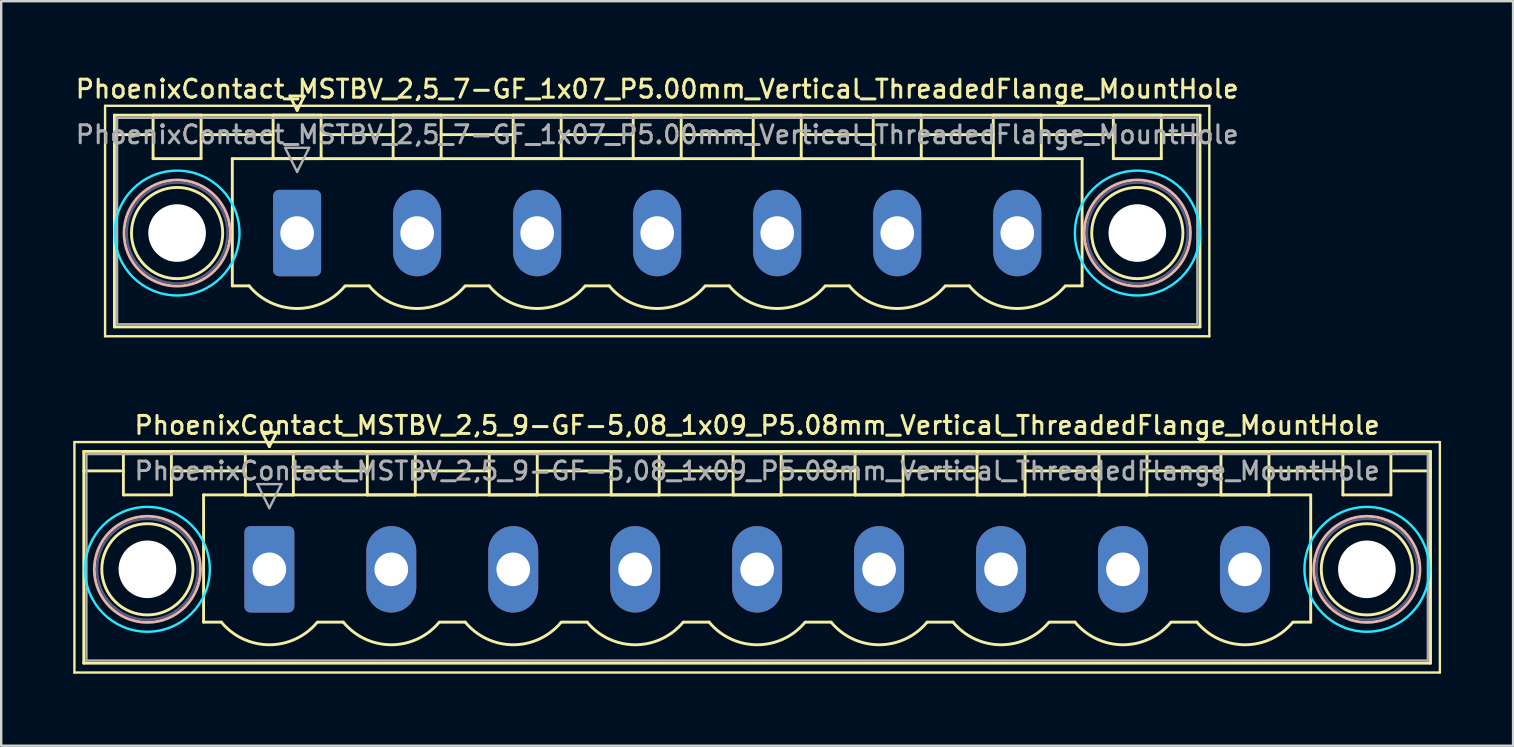
<source format=kicad_pcb>
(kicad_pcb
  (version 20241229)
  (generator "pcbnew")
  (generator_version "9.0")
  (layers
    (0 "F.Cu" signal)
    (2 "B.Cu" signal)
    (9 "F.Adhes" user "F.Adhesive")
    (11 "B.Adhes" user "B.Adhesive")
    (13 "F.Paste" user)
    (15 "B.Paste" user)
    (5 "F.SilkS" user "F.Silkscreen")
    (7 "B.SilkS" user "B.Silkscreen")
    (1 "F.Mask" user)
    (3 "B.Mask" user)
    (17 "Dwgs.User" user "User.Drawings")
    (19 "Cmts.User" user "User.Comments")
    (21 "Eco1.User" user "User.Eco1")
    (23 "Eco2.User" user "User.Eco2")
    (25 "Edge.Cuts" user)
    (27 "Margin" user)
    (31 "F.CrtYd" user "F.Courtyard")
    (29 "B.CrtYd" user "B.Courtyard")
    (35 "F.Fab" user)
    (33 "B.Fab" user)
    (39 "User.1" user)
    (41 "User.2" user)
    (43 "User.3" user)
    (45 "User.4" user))
  (footprint "PhoenixContact_MSTBV_2,5_7-GF_1x07_P5.00mm_Vertical_ThreadedFlange_MountHole"
    (layer "F.Cu")
    (at 9.327 6.658)
    (property "Reference" "PhoenixContact_MSTBV_2,5_7-GF_1x07_P5.00mm_Vertical_ThreadedFlange_MountHole" (at 15 -6 0) (layer "F.SilkS") (effects (font (size 0.75 0.75) (thickness 0.125))))
    (attr through_hole)
    (fp_line (start -8 -5.3) (end -8 4.3) (stroke (width 0.1) (type solid)) (layer "F.SilkS"))
    (fp_line (start -8 4.3) (end 38 4.3) (stroke (width 0.1) (type solid)) (layer "F.SilkS"))
    (fp_line (start -7.61 -4.91) (end -7.61 3.91) (stroke (width 0.12) (type solid)) (layer "F.SilkS"))
    (fp_line (start -7.61 -4.1) (end -6.11 -4.1) (stroke (width 0.12) (type solid)) (layer "F.SilkS"))
    (fp_line (start -7.61 3.91) (end 37.61 3.91) (stroke (width 0.12) (type solid)) (layer "F.SilkS"))
    (fp_line (start -6 -4.91) (end -4 -4.91) (stroke (width 0.12) (type solid)) (layer "F.SilkS"))
    (fp_line (start -6 -3.1) (end -6 -4.91) (stroke (width 0.12) (type solid)) (layer "F.SilkS"))
    (fp_line (start -4 -4.91) (end -4 -3.1) (stroke (width 0.12) (type solid)) (layer "F.SilkS"))
    (fp_line (start -4 -4.1) (end -1 -4.1) (stroke (width 0.12) (type solid)) (layer "F.SilkS"))
    (fp_line (start -4 -3.1) (end -6 -3.1) (stroke (width 0.12) (type solid)) (layer "F.SilkS"))
    (fp_line (start -2.7 -3.1) (end 32.7 -3.1) (stroke (width 0.12) (type solid)) (layer "F.SilkS"))
    (fp_line (start -2.7 2.2) (end -2.7 -3.1) (stroke (width 0.12) (type solid)) (layer "F.SilkS"))
    (fp_line (start -2 2.2) (end -2.7 2.2) (stroke (width 0.12) (type solid)) (layer "F.SilkS"))
    (fp_line (start -1 -4.91) (end 1 -4.91) (stroke (width 0.12) (type solid)) (layer "F.SilkS"))
    (fp_line (start -1 -3.1) (end -1 -4.91) (stroke (width 0.12) (type solid)) (layer "F.SilkS"))
    (fp_line (start -0.3 -5.71) (end 0.3 -5.71) (stroke (width 0.12) (type solid)) (layer "F.SilkS"))
    (fp_line (start 0 -5.11) (end -0.3 -5.71) (stroke (width 0.12) (type solid)) (layer "F.SilkS"))
    (fp_line (start 0.3 -5.71) (end 0 -5.11) (stroke (width 0.12) (type solid)) (layer "F.SilkS"))
    (fp_line (start 1 -4.91) (end 1 -3.1) (stroke (width 0.12) (type solid)) (layer "F.SilkS"))
    (fp_line (start 1 -4.1) (end 4 -4.1) (stroke (width 0.12) (type solid)) (layer "F.SilkS"))
    (fp_line (start 1 -3.1) (end -1 -3.1) (stroke (width 0.12) (type solid)) (layer "F.SilkS"))
    (fp_line (start 2 2.2) (end 3 2.2) (stroke (width 0.12) (type solid)) (layer "F.SilkS"))
    (fp_line (start 4 -4.91) (end 6 -4.91) (stroke (width 0.12) (type solid)) (layer "F.SilkS"))
    (fp_line (start 4 -3.1) (end 4 -4.91) (stroke (width 0.12) (type solid)) (layer "F.SilkS"))
    (fp_line (start 6 -4.91) (end 6 -3.1) (stroke (width 0.12) (type solid)) (layer "F.SilkS"))
    (fp_line (start 6 -4.1) (end 9 -4.1) (stroke (width 0.12) (type solid)) (layer "F.SilkS"))
    (fp_line (start 6 -3.1) (end 4 -3.1) (stroke (width 0.12) (type solid)) (layer "F.SilkS"))
    (fp_line (start 7 2.2) (end 8 2.2) (stroke (width 0.12) (type solid)) (layer "F.SilkS"))
    (fp_line (start 9 -4.91) (end 11 -4.91) (stroke (width 0.12) (type solid)) (layer "F.SilkS"))
    (fp_line (start 9 -3.1) (end 9 -4.91) (stroke (width 0.12) (type solid)) (layer "F.SilkS"))
    (fp_line (start 11 -4.91) (end 11 -3.1) (stroke (width 0.12) (type solid)) (layer "F.SilkS"))
    (fp_line (start 11 -4.1) (end 14 -4.1) (stroke (width 0.12) (type solid)) (layer "F.SilkS"))
    (fp_line (start 11 -3.1) (end 9 -3.1) (stroke (width 0.12) (type solid)) (layer "F.SilkS"))
    (fp_line (start 12 2.2) (end 13 2.2) (stroke (width 0.12) (type solid)) (layer "F.SilkS"))
    (fp_line (start 14 -4.91) (end 16 -4.91) (stroke (width 0.12) (type solid)) (layer "F.SilkS"))
    (fp_line (start 14 -3.1) (end 14 -4.91) (stroke (width 0.12) (type solid)) (layer "F.SilkS"))
    (fp_line (start 16 -4.91) (end 16 -3.1) (stroke (width 0.12) (type solid)) (layer "F.SilkS"))
    (fp_line (start 16 -4.1) (end 19 -4.1) (stroke (width 0.12) (type solid)) (layer "F.SilkS"))
    (fp_line (start 16 -3.1) (end 14 -3.1) (stroke (width 0.12) (type solid)) (layer "F.SilkS"))
    (fp_line (start 17 2.2) (end 18 2.2) (stroke (width 0.12) (type solid)) (layer "F.SilkS"))
    (fp_line (start 19 -4.91) (end 21 -4.91) (stroke (width 0.12) (type solid)) (layer "F.SilkS"))
    (fp_line (start 19 -3.1) (end 19 -4.91) (stroke (width 0.12) (type solid)) (layer "F.SilkS"))
    (fp_line (start 21 -4.91) (end 21 -3.1) (stroke (width 0.12) (type solid)) (layer "F.SilkS"))
    (fp_line (start 21 -4.1) (end 24 -4.1) (stroke (width 0.12) (type solid)) (layer "F.SilkS"))
    (fp_line (start 21 -3.1) (end 19 -3.1) (stroke (width 0.12) (type solid)) (layer "F.SilkS"))
    (fp_line (start 22 2.2) (end 23 2.2) (stroke (width 0.12) (type solid)) (layer "F.SilkS"))
    (fp_line (start 24 -4.91) (end 26 -4.91) (stroke (width 0.12) (type solid)) (layer "F.SilkS"))
    (fp_line (start 24 -3.1) (end 24 -4.91) (stroke (width 0.12) (type solid)) (layer "F.SilkS"))
    (fp_line (start 26 -4.91) (end 26 -3.1) (stroke (width 0.12) (type solid)) (layer "F.SilkS"))
    (fp_line (start 26 -4.1) (end 29 -4.1) (stroke (width 0.12) (type solid)) (layer "F.SilkS"))
    (fp_line (start 26 -3.1) (end 24 -3.1) (stroke (width 0.12) (type solid)) (layer "F.SilkS"))
    (fp_line (start 27 2.2) (end 28 2.2) (stroke (width 0.12) (type solid)) (layer "F.SilkS"))
    (fp_line (start 29 -4.91) (end 31 -4.91) (stroke (width 0.12) (type solid)) (layer "F.SilkS"))
    (fp_line (start 29 -3.1) (end 29 -4.91) (stroke (width 0.12) (type solid)) (layer "F.SilkS"))
    (fp_line (start 31 -4.91) (end 31 -3.1) (stroke (width 0.12) (type solid)) (layer "F.SilkS"))
    (fp_line (start 31 -4.1) (end 34 -4.1) (stroke (width 0.12) (type solid)) (layer "F.SilkS"))
    (fp_line (start 31 -3.1) (end 29 -3.1) (stroke (width 0.12) (type solid)) (layer "F.SilkS"))
    (fp_line (start 32.7 -3.1) (end 32.7 2.2) (stroke (width 0.12) (type solid)) (layer "F.SilkS"))
    (fp_line (start 32.7 2.2) (end 32 2.2) (stroke (width 0.12) (type solid)) (layer "F.SilkS"))
    (fp_line (start 34 -4.91) (end 36 -4.91) (stroke (width 0.12) (type solid)) (layer "F.SilkS"))
    (fp_line (start 34 -3.1) (end 34 -4.91) (stroke (width 0.12) (type solid)) (layer "F.SilkS"))
    (fp_line (start 36 -4.91) (end 36 -3.1) (stroke (width 0.12) (type solid)) (layer "F.SilkS"))
    (fp_line (start 36 -3.1) (end 34 -3.1) (stroke (width 0.12) (type solid)) (layer "F.SilkS"))
    (fp_line (start 37.61 -4.91) (end -7.61 -4.91) (stroke (width 0.12) (type solid)) (layer "F.SilkS"))
    (fp_line (start 37.61 -4.1) (end 36.11 -4.1) (stroke (width 0.12) (type solid)) (layer "F.SilkS"))
    (fp_line (start 37.61 3.91) (end 37.61 -4.91) (stroke (width 0.12) (type solid)) (layer "F.SilkS"))
    (fp_line (start 38 -5.3) (end -8 -5.3) (stroke (width 0.1) (type solid)) (layer "F.SilkS"))
    (fp_line (start 38 4.3) (end 38 -5.3) (stroke (width 0.1) (type solid)) (layer "F.SilkS"))
    (fp_arc (start 1.986842 2.215821) (mid -0.010289 3.142758) (end -2 2.2) (stroke (width 0.12) (type solid)) (layer "F.SilkS"))
    (fp_arc (start 6.986842 2.215821) (mid 4.989711 3.142758) (end 3 2.2) (stroke (width 0.12) (type solid)) (layer "F.SilkS"))
    (fp_arc (start 11.986842 2.215821) (mid 9.989711 3.142758) (end 8 2.2) (stroke (width 0.12) (type solid)) (layer "F.SilkS"))
    (fp_arc (start 16.986842 2.215821) (mid 14.989711 3.142758) (end 13 2.2) (stroke (width 0.12) (type solid)) (layer "F.SilkS"))
    (fp_arc (start 21.986842 2.215821) (mid 19.989711 3.142758) (end 18 2.2) (stroke (width 0.12) (type solid)) (layer "F.SilkS"))
    (fp_arc (start 26.986842 2.215821) (mid 24.989711 3.142758) (end 23 2.2) (stroke (width 0.12) (type solid)) (layer "F.SilkS"))
    (fp_arc (start 31.986842 2.215821) (mid 29.989711 3.142758) (end 28 2.2) (stroke (width 0.12) (type solid)) (layer "F.SilkS"))
    (fp_circle (center -5 0) (end -3.1 0) (stroke (width 0.12) (type solid)) (fill no) (layer "F.SilkS"))
    (fp_circle (center 35 0) (end 36.9 0) (stroke (width 0.12) (type solid)) (fill no) (layer "F.SilkS"))
    (fp_circle (center -5 0) (end -2.79 0) (stroke (width 0.12) (type solid)) (fill no) (layer "B.SilkS"))
    (fp_circle (center 35 0) (end 37.21 0) (stroke (width 0.12) (type solid)) (fill no) (layer "B.SilkS"))
    (fp_circle (center -5 0) (end -2.4 0) (stroke (width 0.1) (type solid)) (fill no) (layer "B.CrtYd"))
    (fp_circle (center 35 0) (end 37.6 0) (stroke (width 0.1) (type solid)) (fill no) (layer "B.CrtYd"))
    (fp_circle (center -5 0) (end -2.9 0) (stroke (width 0.1) (type solid)) (fill no) (layer "B.Fab"))
    (fp_circle (center 35 0) (end 37.1 0) (stroke (width 0.1) (type solid)) (fill no) (layer "B.Fab"))
    (fp_line (start -7.5 -4.8) (end -7.5 3.8) (stroke (width 0.1) (type solid)) (layer "F.Fab"))
    (fp_line (start -7.5 3.8) (end 37.5 3.8) (stroke (width 0.1) (type solid)) (layer "F.Fab"))
    (fp_line (start -0.5 -3.55) (end 0.5 -3.55) (stroke (width 0.1) (type solid)) (layer "F.Fab"))
    (fp_line (start 0 -2.55) (end -0.5 -3.55) (stroke (width 0.1) (type solid)) (layer "F.Fab"))
    (fp_line (start 0.5 -3.55) (end 0 -2.55) (stroke (width 0.1) (type solid)) (layer "F.Fab"))
    (fp_line (start 37.5 -4.8) (end -7.5 -4.8) (stroke (width 0.1) (type solid)) (layer "F.Fab"))
    (fp_line (start 37.5 3.8) (end 37.5 -4.8) (stroke (width 0.1) (type solid)) (layer "F.Fab"))
    (fp_text user "${REFERENCE}" (at 15 -4.1 0) (layer "F.Fab") (effects (font (size 0.75 0.75) (thickness 0.125))))
    (pad "" np_thru_hole circle (at -5 0) (size 2.4 2.4) (drill 2.4) (layers "*.Cu" "*.Mask"))
    (pad "" np_thru_hole circle (at 35 0) (size 2.4 2.4) (drill 2.4) (layers "*.Cu" "*.Mask"))
    (pad "1" thru_hole roundrect (at 0 0) (size 2 3.6) (drill 1.4) (layers "*.Cu" "*.Mask") (roundrect_rratio 0.125))
    (pad "2" thru_hole oval (at 5 0) (size 2 3.6) (drill 1.4) (layers "*.Cu" "*.Mask"))
    (pad "3" thru_hole oval (at 10 0) (size 2 3.6) (drill 1.4) (layers "*.Cu" "*.Mask"))
    (pad "4" thru_hole oval (at 15 0) (size 2 3.6) (drill 1.4) (layers "*.Cu" "*.Mask"))
    (pad "5" thru_hole oval (at 20 0) (size 2 3.6) (drill 1.4) (layers "*.Cu" "*.Mask"))
    (pad "6" thru_hole oval (at 25 0) (size 2 3.6) (drill 1.4) (layers "*.Cu" "*.Mask"))
    (pad "7" thru_hole oval (at 30 0) (size 2 3.6) (drill 1.4) (layers "*.Cu" "*.Mask")))
  (footprint "PhoenixContact_MSTBV_2,5_9-GF-5,08_1x09_P5.08mm_Vertical_ThreadedFlange_MountHole"
    (layer "F.Cu")
    (at 8.17 20.666)
    (property "Reference" "PhoenixContact_MSTBV_2,5_9-GF-5,08_1x09_P5.08mm_Vertical_ThreadedFlange_MountHole" (at 20.32 -6 0) (layer "F.SilkS") (effects (font (size 0.75 0.75) (thickness 0.125))))
    (attr through_hole)
    (fp_line (start -8.12 -5.3) (end -8.12 4.3) (stroke (width 0.1) (type solid)) (layer "F.SilkS"))
    (fp_line (start -8.12 4.3) (end 48.76 4.3) (stroke (width 0.1) (type solid)) (layer "F.SilkS"))
    (fp_line (start -7.73 -4.91) (end -7.73 3.91) (stroke (width 0.12) (type solid)) (layer "F.SilkS"))
    (fp_line (start -7.73 -4.1) (end -6.19 -4.1) (stroke (width 0.12) (type solid)) (layer "F.SilkS"))
    (fp_line (start -7.73 3.91) (end 48.37 3.91) (stroke (width 0.12) (type solid)) (layer "F.SilkS"))
    (fp_line (start -6.08 -4.91) (end -4.08 -4.91) (stroke (width 0.12) (type solid)) (layer "F.SilkS"))
    (fp_line (start -6.08 -3.1) (end -6.08 -4.91) (stroke (width 0.12) (type solid)) (layer "F.SilkS"))
    (fp_line (start -4.08 -4.91) (end -4.08 -3.1) (stroke (width 0.12) (type solid)) (layer "F.SilkS"))
    (fp_line (start -4.08 -4.1) (end -1 -4.1) (stroke (width 0.12) (type solid)) (layer "F.SilkS"))
    (fp_line (start -4.08 -3.1) (end -6.08 -3.1) (stroke (width 0.12) (type solid)) (layer "F.SilkS"))
    (fp_line (start -2.74 -3.1) (end 43.38 -3.1) (stroke (width 0.12) (type solid)) (layer "F.SilkS"))
    (fp_line (start -2.74 2.2) (end -2.74 -3.1) (stroke (width 0.12) (type solid)) (layer "F.SilkS"))
    (fp_line (start -2 2.2) (end -2.74 2.2) (stroke (width 0.12) (type solid)) (layer "F.SilkS"))
    (fp_line (start -1 -4.91) (end 1 -4.91) (stroke (width 0.12) (type solid)) (layer "F.SilkS"))
    (fp_line (start -1 -3.1) (end -1 -4.91) (stroke (width 0.12) (type solid)) (layer "F.SilkS"))
    (fp_line (start -0.3 -5.71) (end 0.3 -5.71) (stroke (width 0.12) (type solid)) (layer "F.SilkS"))
    (fp_line (start 0 -5.11) (end -0.3 -5.71) (stroke (width 0.12) (type solid)) (layer "F.SilkS"))
    (fp_line (start 0.3 -5.71) (end 0 -5.11) (stroke (width 0.12) (type solid)) (layer "F.SilkS"))
    (fp_line (start 1 -4.91) (end 1 -3.1) (stroke (width 0.12) (type solid)) (layer "F.SilkS"))
    (fp_line (start 1 -4.1) (end 4.08 -4.1) (stroke (width 0.12) (type solid)) (layer "F.SilkS"))
    (fp_line (start 1 -3.1) (end -1 -3.1) (stroke (width 0.12) (type solid)) (layer "F.SilkS"))
    (fp_line (start 2 2.2) (end 3.08 2.2) (stroke (width 0.12) (type solid)) (layer "F.SilkS"))
    (fp_line (start 4.08 -4.91) (end 6.08 -4.91) (stroke (width 0.12) (type solid)) (layer "F.SilkS"))
    (fp_line (start 4.08 -3.1) (end 4.08 -4.91) (stroke (width 0.12) (type solid)) (layer "F.SilkS"))
    (fp_line (start 6.08 -4.91) (end 6.08 -3.1) (stroke (width 0.12) (type solid)) (layer "F.SilkS"))
    (fp_line (start 6.08 -4.1) (end 9.16 -4.1) (stroke (width 0.12) (type solid)) (layer "F.SilkS"))
    (fp_line (start 6.08 -3.1) (end 4.08 -3.1) (stroke (width 0.12) (type solid)) (layer "F.SilkS"))
    (fp_line (start 7.08 2.2) (end 8.16 2.2) (stroke (width 0.12) (type solid)) (layer "F.SilkS"))
    (fp_line (start 9.16 -4.91) (end 11.16 -4.91) (stroke (width 0.12) (type solid)) (layer "F.SilkS"))
    (fp_line (start 9.16 -3.1) (end 9.16 -4.91) (stroke (width 0.12) (type solid)) (layer "F.SilkS"))
    (fp_line (start 11.16 -4.91) (end 11.16 -3.1) (stroke (width 0.12) (type solid)) (layer "F.SilkS"))
    (fp_line (start 11.16 -4.1) (end 14.24 -4.1) (stroke (width 0.12) (type solid)) (layer "F.SilkS"))
    (fp_line (start 11.16 -3.1) (end 9.16 -3.1) (stroke (width 0.12) (type solid)) (layer "F.SilkS"))
    (fp_line (start 12.16 2.2) (end 13.24 2.2) (stroke (width 0.12) (type solid)) (layer "F.SilkS"))
    (fp_line (start 14.24 -4.91) (end 16.24 -4.91) (stroke (width 0.12) (type solid)) (layer "F.SilkS"))
    (fp_line (start 14.24 -3.1) (end 14.24 -4.91) (stroke (width 0.12) (type solid)) (layer "F.SilkS"))
    (fp_line (start 16.24 -4.91) (end 16.24 -3.1) (stroke (width 0.12) (type solid)) (layer "F.SilkS"))
    (fp_line (start 16.24 -4.1) (end 19.32 -4.1) (stroke (width 0.12) (type solid)) (layer "F.SilkS"))
    (fp_line (start 16.24 -3.1) (end 14.24 -3.1) (stroke (width 0.12) (type solid)) (layer "F.SilkS"))
    (fp_line (start 17.24 2.2) (end 18.32 2.2) (stroke (width 0.12) (type solid)) (layer "F.SilkS"))
    (fp_line (start 19.32 -4.91) (end 21.32 -4.91) (stroke (width 0.12) (type solid)) (layer "F.SilkS"))
    (fp_line (start 19.32 -3.1) (end 19.32 -4.91) (stroke (width 0.12) (type solid)) (layer "F.SilkS"))
    (fp_line (start 21.32 -4.91) (end 21.32 -3.1) (stroke (width 0.12) (type solid)) (layer "F.SilkS"))
    (fp_line (start 21.32 -4.1) (end 24.4 -4.1) (stroke (width 0.12) (type solid)) (layer "F.SilkS"))
    (fp_line (start 21.32 -3.1) (end 19.32 -3.1) (stroke (width 0.12) (type solid)) (layer "F.SilkS"))
    (fp_line (start 22.32 2.2) (end 23.4 2.2) (stroke (width 0.12) (type solid)) (layer "F.SilkS"))
    (fp_line (start 24.4 -4.91) (end 26.4 -4.91) (stroke (width 0.12) (type solid)) (layer "F.SilkS"))
    (fp_line (start 24.4 -3.1) (end 24.4 -4.91) (stroke (width 0.12) (type solid)) (layer "F.SilkS"))
    (fp_line (start 26.4 -4.91) (end 26.4 -3.1) (stroke (width 0.12) (type solid)) (layer "F.SilkS"))
    (fp_line (start 26.4 -4.1) (end 29.48 -4.1) (stroke (width 0.12) (type solid)) (layer "F.SilkS"))
    (fp_line (start 26.4 -3.1) (end 24.4 -3.1) (stroke (width 0.12) (type solid)) (layer "F.SilkS"))
    (fp_line (start 27.4 2.2) (end 28.48 2.2) (stroke (width 0.12) (type solid)) (layer "F.SilkS"))
    (fp_line (start 29.48 -4.91) (end 31.48 -4.91) (stroke (width 0.12) (type solid)) (layer "F.SilkS"))
    (fp_line (start 29.48 -3.1) (end 29.48 -4.91) (stroke (width 0.12) (type solid)) (layer "F.SilkS"))
    (fp_line (start 31.48 -4.91) (end 31.48 -3.1) (stroke (width 0.12) (type solid)) (layer "F.SilkS"))
    (fp_line (start 31.48 -4.1) (end 34.56 -4.1) (stroke (width 0.12) (type solid)) (layer "F.SilkS"))
    (fp_line (start 31.48 -3.1) (end 29.48 -3.1) (stroke (width 0.12) (type solid)) (layer "F.SilkS"))
    (fp_line (start 32.48 2.2) (end 33.56 2.2) (stroke (width 0.12) (type solid)) (layer "F.SilkS"))
    (fp_line (start 34.56 -4.91) (end 36.56 -4.91) (stroke (width 0.12) (type solid)) (layer "F.SilkS"))
    (fp_line (start 34.56 -3.1) (end 34.56 -4.91) (stroke (width 0.12) (type solid)) (layer "F.SilkS"))
    (fp_line (start 36.56 -4.91) (end 36.56 -3.1) (stroke (width 0.12) (type solid)) (layer "F.SilkS"))
    (fp_line (start 36.56 -4.1) (end 39.64 -4.1) (stroke (width 0.12) (type solid)) (layer "F.SilkS"))
    (fp_line (start 36.56 -3.1) (end 34.56 -3.1) (stroke (width 0.12) (type solid)) (layer "F.SilkS"))
    (fp_line (start 37.56 2.2) (end 38.64 2.2) (stroke (width 0.12) (type solid)) (layer "F.SilkS"))
    (fp_line (start 39.64 -4.91) (end 41.64 -4.91) (stroke (width 0.12) (type solid)) (layer "F.SilkS"))
    (fp_line (start 39.64 -3.1) (end 39.64 -4.91) (stroke (width 0.12) (type solid)) (layer "F.SilkS"))
    (fp_line (start 41.64 -4.91) (end 41.64 -3.1) (stroke (width 0.12) (type solid)) (layer "F.SilkS"))
    (fp_line (start 41.64 -4.1) (end 44.72 -4.1) (stroke (width 0.12) (type solid)) (layer "F.SilkS"))
    (fp_line (start 41.64 -3.1) (end 39.64 -3.1) (stroke (width 0.12) (type solid)) (layer "F.SilkS"))
    (fp_line (start 43.38 -3.1) (end 43.38 2.2) (stroke (width 0.12) (type solid)) (layer "F.SilkS"))
    (fp_line (start 43.38 2.2) (end 42.64 2.2) (stroke (width 0.12) (type solid)) (layer "F.SilkS"))
    (fp_line (start 44.72 -4.91) (end 46.72 -4.91) (stroke (width 0.12) (type solid)) (layer "F.SilkS"))
    (fp_line (start 44.72 -3.1) (end 44.72 -4.91) (stroke (width 0.12) (type solid)) (layer "F.SilkS"))
    (fp_line (start 46.72 -4.91) (end 46.72 -3.1) (stroke (width 0.12) (type solid)) (layer "F.SilkS"))
    (fp_line (start 46.72 -3.1) (end 44.72 -3.1) (stroke (width 0.12) (type solid)) (layer "F.SilkS"))
    (fp_line (start 48.37 -4.91) (end -7.73 -4.91) (stroke (width 0.12) (type solid)) (layer "F.SilkS"))
    (fp_line (start 48.37 -4.1) (end 46.83 -4.1) (stroke (width 0.12) (type solid)) (layer "F.SilkS"))
    (fp_line (start 48.37 3.91) (end 48.37 -4.91) (stroke (width 0.12) (type solid)) (layer "F.SilkS"))
    (fp_line (start 48.76 -5.3) (end -8.12 -5.3) (stroke (width 0.1) (type solid)) (layer "F.SilkS"))
    (fp_line (start 48.76 4.3) (end 48.76 -5.3) (stroke (width 0.1) (type solid)) (layer "F.SilkS"))
    (fp_arc (start 1.986842 2.215821) (mid -0.010289 3.142758) (end -2 2.2) (stroke (width 0.12) (type solid)) (layer "F.SilkS"))
    (fp_arc (start 7.066842 2.215821) (mid 5.069711 3.142758) (end 3.08 2.2) (stroke (width 0.12) (type solid)) (layer "F.SilkS"))
    (fp_arc (start 12.146842 2.215821) (mid 10.149711 3.142758) (end 8.16 2.2) (stroke (width 0.12) (type solid)) (layer "F.SilkS"))
    (fp_arc (start 17.226842 2.215821) (mid 15.229711 3.142758) (end 13.24 2.2) (stroke (width 0.12) (type solid)) (layer "F.SilkS"))
    (fp_arc (start 22.306842 2.215821) (mid 20.309711 3.142758) (end 18.32 2.2) (stroke (width 0.12) (type solid)) (layer "F.SilkS"))
    (fp_arc (start 27.386842 2.215821) (mid 25.389711 3.142758) (end 23.4 2.2) (stroke (width 0.12) (type solid)) (layer "F.SilkS"))
    (fp_arc (start 32.466842 2.215821) (mid 30.469711 3.142758) (end 28.48 2.2) (stroke (width 0.12) (type solid)) (layer "F.SilkS"))
    (fp_arc (start 37.546842 2.215821) (mid 35.549711 3.142758) (end 33.56 2.2) (stroke (width 0.12) (type solid)) (layer "F.SilkS"))
    (fp_arc (start 42.626842 2.215821) (mid 40.629711 3.142758) (end 38.64 2.2) (stroke (width 0.12) (type solid)) (layer "F.SilkS"))
    (fp_circle (center -5.08 0) (end -3.18 0) (stroke (width 0.12) (type solid)) (fill no) (layer "F.SilkS"))
    (fp_circle (center 45.72 0) (end 47.62 0) (stroke (width 0.12) (type solid)) (fill no) (layer "F.SilkS"))
    (fp_circle (center -5.08 0) (end -2.87 0) (stroke (width 0.12) (type solid)) (fill no) (layer "B.SilkS"))
    (fp_circle (center 45.72 0) (end 47.93 0) (stroke (width 0.12) (type solid)) (fill no) (layer "B.SilkS"))
    (fp_circle (center -5.08 0) (end -2.48 0) (stroke (width 0.1) (type solid)) (fill no) (layer "B.CrtYd"))
    (fp_circle (center 45.72 0) (end 48.32 0) (stroke (width 0.1) (type solid)) (fill no) (layer "B.CrtYd"))
    (fp_circle (center -5.08 0) (end -2.98 0) (stroke (width 0.1) (type solid)) (fill no) (layer "B.Fab"))
    (fp_circle (center 45.72 0) (end 47.82 0) (stroke (width 0.1) (type solid)) (fill no) (layer "B.Fab"))
    (fp_line (start -7.62 -4.8) (end -7.62 3.8) (stroke (width 0.1) (type solid)) (layer "F.Fab"))
    (fp_line (start -7.62 3.8) (end 48.26 3.8) (stroke (width 0.1) (type solid)) (layer "F.Fab"))
    (fp_line (start -0.5 -3.55) (end 0.5 -3.55) (stroke (width 0.1) (type solid)) (layer "F.Fab"))
    (fp_line (start 0 -2.55) (end -0.5 -3.55) (stroke (width 0.1) (type solid)) (layer "F.Fab"))
    (fp_line (start 0.5 -3.55) (end 0 -2.55) (stroke (width 0.1) (type solid)) (layer "F.Fab"))
    (fp_line (start 48.26 -4.8) (end -7.62 -4.8) (stroke (width 0.1) (type solid)) (layer "F.Fab"))
    (fp_line (start 48.26 3.8) (end 48.26 -4.8) (stroke (width 0.1) (type solid)) (layer "F.Fab"))
    (fp_text user "${REFERENCE}" (at 20.32 -4.1 0) (layer "F.Fab") (effects (font (size 0.75 0.75) (thickness 0.125))))
    (pad "" np_thru_hole circle (at -5.08 0) (size 2.4 2.4) (drill 2.4) (layers "*.Cu" "*.Mask"))
    (pad "" np_thru_hole circle (at 45.72 0) (size 2.4 2.4) (drill 2.4) (layers "*.Cu" "*.Mask"))
    (pad "1" thru_hole roundrect (at 0 0) (size 2.08 3.6) (drill 1.4) (layers "*.Cu" "*.Mask") (roundrect_rratio 0.12))
    (pad "2" thru_hole oval (at 5.08 0) (size 2.08 3.6) (drill 1.4) (layers "*.Cu" "*.Mask"))
    (pad "3" thru_hole oval (at 10.16 0) (size 2.08 3.6) (drill 1.4) (layers "*.Cu" "*.Mask"))
    (pad "4" thru_hole oval (at 15.24 0) (size 2.08 3.6) (drill 1.4) (layers "*.Cu" "*.Mask"))
    (pad "5" thru_hole oval (at 20.32 0) (size 2.08 3.6) (drill 1.4) (layers "*.Cu" "*.Mask"))
    (pad "6" thru_hole oval (at 25.4 0) (size 2.08 3.6) (drill 1.4) (layers "*.Cu" "*.Mask"))
    (pad "7" thru_hole oval (at 30.48 0) (size 2.08 3.6) (drill 1.4) (layers "*.Cu" "*.Mask"))
    (pad "8" thru_hole oval (at 35.56 0) (size 2.08 3.6) (drill 1.4) (layers "*.Cu" "*.Mask"))
    (pad "9" thru_hole oval (at 40.64 0) (size 2.08 3.6) (drill 1.4) (layers "*.Cu" "*.Mask")))
  (gr_rect
    (start -3 -3)
    (end 59.98 28.016)
    (stroke (width 0.1) (type default))
    (fill no)
    (layer "Edge.Cuts")))
</source>
